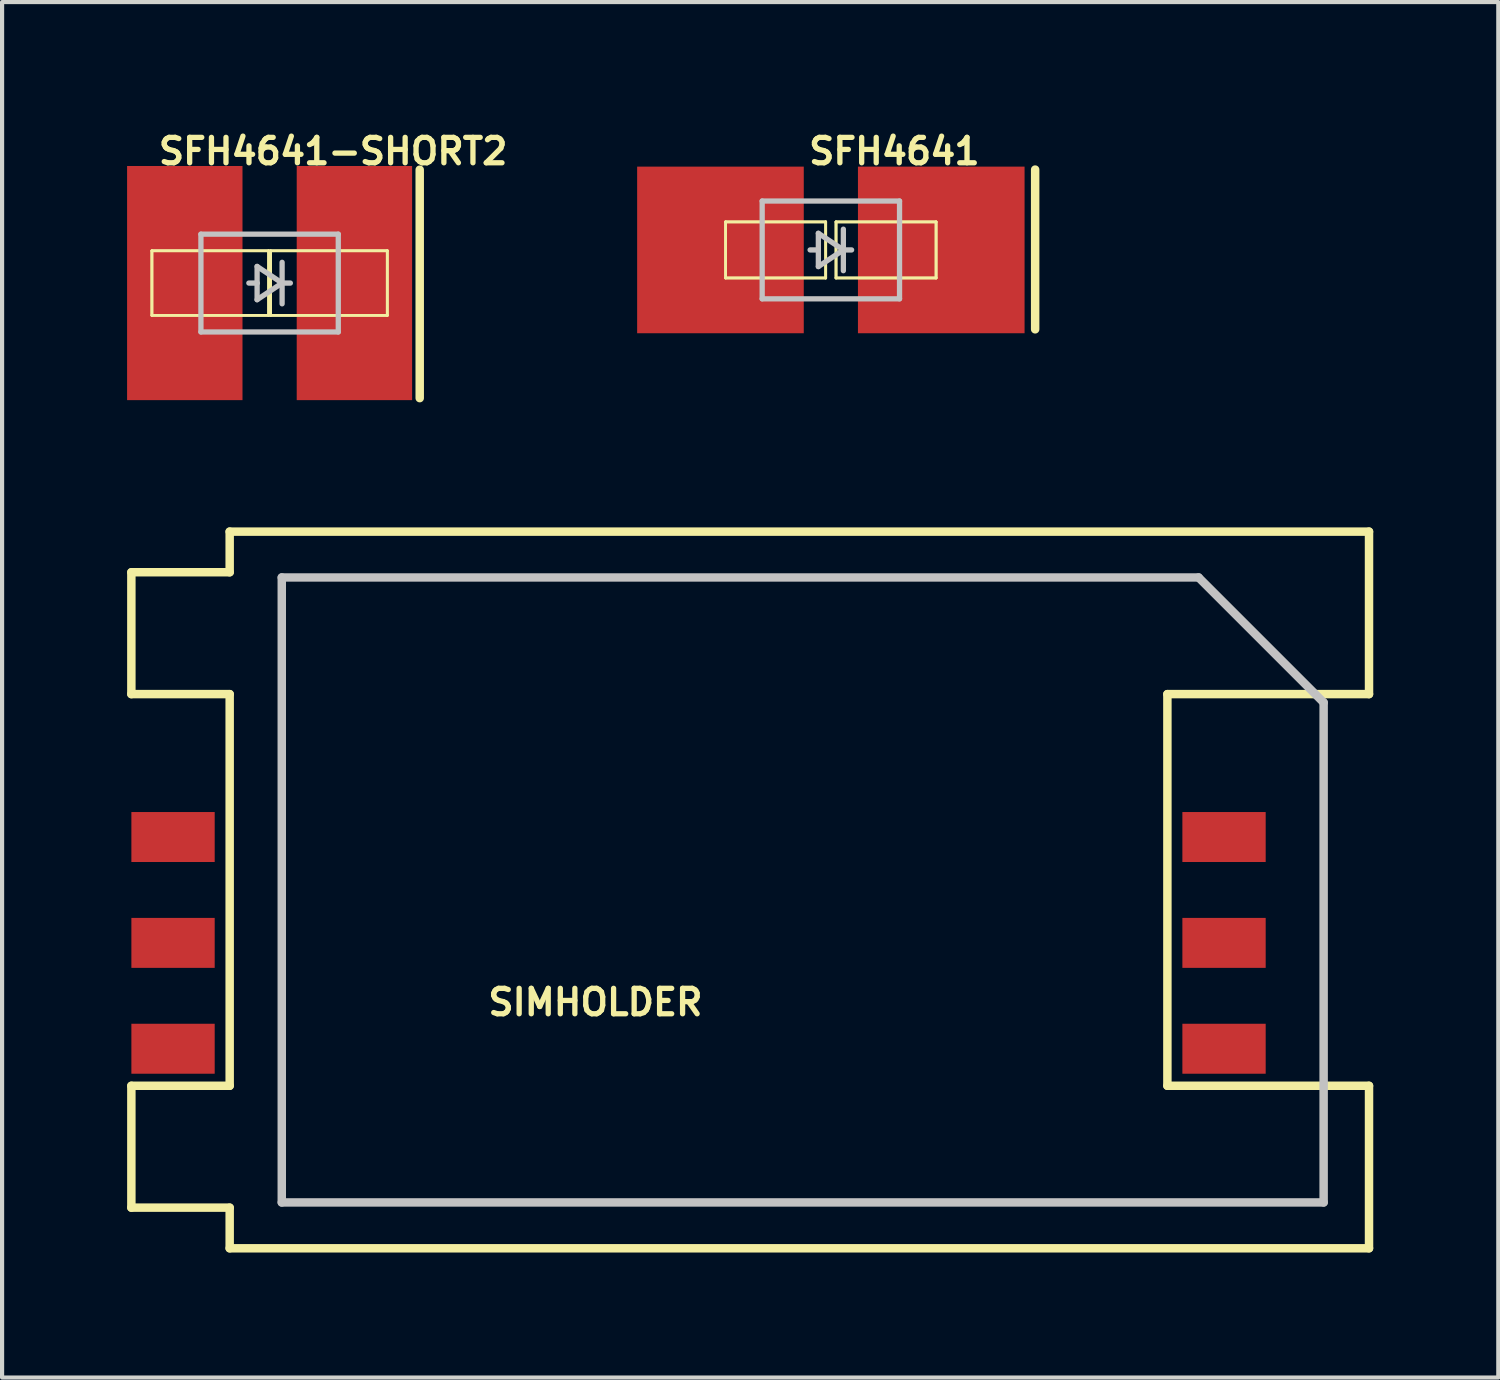
<source format=kicad_pcb>
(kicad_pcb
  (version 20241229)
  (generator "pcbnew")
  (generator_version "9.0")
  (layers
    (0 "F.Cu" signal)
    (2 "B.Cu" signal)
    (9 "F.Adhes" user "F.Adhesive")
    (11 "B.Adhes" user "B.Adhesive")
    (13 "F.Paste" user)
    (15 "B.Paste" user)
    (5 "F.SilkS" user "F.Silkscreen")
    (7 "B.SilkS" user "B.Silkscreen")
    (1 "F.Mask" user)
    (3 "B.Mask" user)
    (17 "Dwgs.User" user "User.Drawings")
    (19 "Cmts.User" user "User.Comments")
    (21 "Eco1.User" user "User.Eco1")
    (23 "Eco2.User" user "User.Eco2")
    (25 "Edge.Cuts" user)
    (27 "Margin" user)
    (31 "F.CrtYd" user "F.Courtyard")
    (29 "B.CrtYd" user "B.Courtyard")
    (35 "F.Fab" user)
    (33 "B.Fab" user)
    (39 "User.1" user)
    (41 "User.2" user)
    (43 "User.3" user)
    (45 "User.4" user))
  (footprint "SFH4641-SHORT2"
    (layer "F.Cu")
    (at 3.419 3.742)
    (property "Reference" "SFH4641-SHORT2" (at 1.524 -3.162 0) (layer "F.SilkS") (effects (font (size 0.61 0.61) (thickness 0.127))))
    (attr smd)
    (fp_line (start -2.824 -0.775) (end -0.023 -0.775) (stroke (width 0.066) (type solid)) (layer "F.SilkS"))
    (fp_line (start -2.824 -0.775) (end -0.023 -0.775) (stroke (width 0.066) (type solid)) (layer "F.SilkS"))
    (fp_line (start -2.824 0.775) (end -2.824 -0.775) (stroke (width 0.066) (type solid)) (layer "F.SilkS"))
    (fp_line (start -2.824 0.775) (end -2.824 -0.775) (stroke (width 0.066) (type solid)) (layer "F.SilkS"))
    (fp_line (start -2.824 0.775) (end -0.023 0.775) (stroke (width 0.066) (type solid)) (layer "F.SilkS"))
    (fp_line (start -2.824 0.775) (end -0.023 0.775) (stroke (width 0.066) (type solid)) (layer "F.SilkS"))
    (fp_line (start -0.023 0.775) (end -0.023 -0.775) (stroke (width 0.066) (type solid)) (layer "F.SilkS"))
    (fp_line (start -0.023 0.775) (end -0.023 -0.775) (stroke (width 0.066) (type solid)) (layer "F.SilkS"))
    (fp_line (start 0.023 -0.775) (end 2.824 -0.775) (stroke (width 0.066) (type solid)) (layer "F.SilkS"))
    (fp_line (start 0.023 -0.775) (end 2.824 -0.775) (stroke (width 0.066) (type solid)) (layer "F.SilkS"))
    (fp_line (start 0.023 0.775) (end 0.023 -0.775) (stroke (width 0.066) (type solid)) (layer "F.SilkS"))
    (fp_line (start 0.023 0.775) (end 0.023 -0.775) (stroke (width 0.066) (type solid)) (layer "F.SilkS"))
    (fp_line (start 0.023 0.775) (end 2.824 0.775) (stroke (width 0.066) (type solid)) (layer "F.SilkS"))
    (fp_line (start 0.023 0.775) (end 2.824 0.775) (stroke (width 0.066) (type solid)) (layer "F.SilkS"))
    (fp_line (start 2.824 0.775) (end 2.824 -0.775) (stroke (width 0.066) (type solid)) (layer "F.SilkS"))
    (fp_line (start 2.824 0.775) (end 2.824 -0.775) (stroke (width 0.066) (type solid)) (layer "F.SilkS"))
    (fp_line (start 3.602 -2.72) (end 3.602 2.761) (stroke (width 0.203) (type solid)) (layer "F.SilkS"))
    (fp_line (start -1.648 -1.173) (end -1.648 1.173) (stroke (width 0.127) (type solid)) (layer "Dwgs.User"))
    (fp_line (start -1.648 1.173) (end 1.648 1.173) (stroke (width 0.127) (type solid)) (layer "Dwgs.User"))
    (fp_line (start -0.3 -0.399) (end -0.3 0) (stroke (width 0.127) (type solid)) (layer "Dwgs.User"))
    (fp_line (start -0.3 0) (end -0.498 0) (stroke (width 0.127) (type solid)) (layer "Dwgs.User"))
    (fp_line (start -0.3 0) (end -0.3 0.399) (stroke (width 0.127) (type solid)) (layer "Dwgs.User"))
    (fp_line (start -0.3 0.399) (end 0.3 0) (stroke (width 0.127) (type solid)) (layer "Dwgs.User"))
    (fp_line (start 0.3 -0.498) (end 0.3 0) (stroke (width 0.127) (type solid)) (layer "Dwgs.User"))
    (fp_line (start 0.3 0) (end -0.3 -0.399) (stroke (width 0.127) (type solid)) (layer "Dwgs.User"))
    (fp_line (start 0.3 0) (end 0.3 0.498) (stroke (width 0.127) (type solid)) (layer "Dwgs.User"))
    (fp_line (start 0.498 0) (end 0.3 0) (stroke (width 0.127) (type solid)) (layer "Dwgs.User"))
    (fp_line (start 1.648 -1.173) (end -1.648 -1.173) (stroke (width 0.127) (type solid)) (layer "Dwgs.User"))
    (fp_line (start 1.648 1.173) (end 1.648 -1.173) (stroke (width 0.127) (type solid)) (layer "Dwgs.User"))
    (pad "A" smd rect (at -2.035 0 90) (size 5.618 2.769) (layers "F.Cu" "F.Mask" "F.Paste"))
    (pad "C" smd rect (at 2.035 0 270) (size 5.618 2.769) (layers "F.Cu" "F.Mask" "F.Paste")))
  (footprint "SFH4641"
    (layer "F.Cu")
    (at 16.886 2.947)
    (property "Reference" "SFH4641" (at 1.524 -2.367 0) (layer "F.SilkS") (effects (font (size 0.61 0.61) (thickness 0.127))))
    (attr smd)
    (fp_line (start -2.525 -0.673) (end -0.124 -0.673) (stroke (width 0.066) (type solid)) (layer "F.SilkS"))
    (fp_line (start -2.525 -0.673) (end -0.124 -0.673) (stroke (width 0.066) (type solid)) (layer "F.SilkS"))
    (fp_line (start -2.525 0.673) (end -2.525 -0.673) (stroke (width 0.066) (type solid)) (layer "F.SilkS"))
    (fp_line (start -2.525 0.673) (end -2.525 -0.673) (stroke (width 0.066) (type solid)) (layer "F.SilkS"))
    (fp_line (start -2.525 0.673) (end -0.124 0.673) (stroke (width 0.066) (type solid)) (layer "F.SilkS"))
    (fp_line (start -2.525 0.673) (end -0.124 0.673) (stroke (width 0.066) (type solid)) (layer "F.SilkS"))
    (fp_line (start -0.124 0.673) (end -0.124 -0.673) (stroke (width 0.066) (type solid)) (layer "F.SilkS"))
    (fp_line (start -0.124 0.673) (end -0.124 -0.673) (stroke (width 0.066) (type solid)) (layer "F.SilkS"))
    (fp_line (start 0.124 -0.673) (end 2.525 -0.673) (stroke (width 0.066) (type solid)) (layer "F.SilkS"))
    (fp_line (start 0.124 -0.673) (end 2.525 -0.673) (stroke (width 0.066) (type solid)) (layer "F.SilkS"))
    (fp_line (start 0.124 0.673) (end 0.124 -0.673) (stroke (width 0.066) (type solid)) (layer "F.SilkS"))
    (fp_line (start 0.124 0.673) (end 0.124 -0.673) (stroke (width 0.066) (type solid)) (layer "F.SilkS"))
    (fp_line (start 0.124 0.673) (end 2.525 0.673) (stroke (width 0.066) (type solid)) (layer "F.SilkS"))
    (fp_line (start 0.124 0.673) (end 2.525 0.673) (stroke (width 0.066) (type solid)) (layer "F.SilkS"))
    (fp_line (start 2.525 0.673) (end 2.525 -0.673) (stroke (width 0.066) (type solid)) (layer "F.SilkS"))
    (fp_line (start 2.525 0.673) (end 2.525 -0.673) (stroke (width 0.066) (type solid)) (layer "F.SilkS"))
    (fp_line (start 4.902 -1.928) (end 4.902 1.905) (stroke (width 0.203) (type solid)) (layer "F.SilkS"))
    (fp_line (start -1.648 -1.173) (end -1.648 1.173) (stroke (width 0.127) (type solid)) (layer "Dwgs.User"))
    (fp_line (start -1.648 1.173) (end 1.648 1.173) (stroke (width 0.127) (type solid)) (layer "Dwgs.User"))
    (fp_line (start -0.3 -0.399) (end -0.3 0) (stroke (width 0.127) (type solid)) (layer "Dwgs.User"))
    (fp_line (start -0.3 0) (end -0.498 0) (stroke (width 0.127) (type solid)) (layer "Dwgs.User"))
    (fp_line (start -0.3 0) (end -0.3 0.399) (stroke (width 0.127) (type solid)) (layer "Dwgs.User"))
    (fp_line (start -0.3 0.399) (end 0.3 0) (stroke (width 0.127) (type solid)) (layer "Dwgs.User"))
    (fp_line (start 0.3 -0.498) (end 0.3 0) (stroke (width 0.127) (type solid)) (layer "Dwgs.User"))
    (fp_line (start 0.3 0) (end -0.3 -0.399) (stroke (width 0.127) (type solid)) (layer "Dwgs.User"))
    (fp_line (start 0.3 0) (end 0.3 0.498) (stroke (width 0.127) (type solid)) (layer "Dwgs.User"))
    (fp_line (start 0.498 0) (end 0.3 0) (stroke (width 0.127) (type solid)) (layer "Dwgs.User"))
    (fp_line (start 1.648 -1.173) (end -1.648 -1.173) (stroke (width 0.127) (type solid)) (layer "Dwgs.User"))
    (fp_line (start 1.648 1.173) (end 1.648 -1.173) (stroke (width 0.127) (type solid)) (layer "Dwgs.User"))
    (pad "A" smd rect (at -2.649 0 90) (size 3.998 3.998) (layers "F.Cu" "F.Mask" "F.Paste"))
    (pad "C" smd rect (at 2.649 0 270) (size 3.998 3.998) (layers "F.Cu" "F.Mask" "F.Paste")))
  (footprint "SIMHOLDER"
    (layer "F.Cu")
    (at 13.711 18.304)
    (property "Reference" "SIMHOLDER" (at -2.474 2.695 0) (layer "F.SilkS") (effects (font (size 0.61 0.61) (thickness 0.127))))
    (attr smd)
    (fp_line (start -13.609 -7.623) (end -13.609 -4.699) (stroke (width 0.203) (type solid)) (layer "F.SilkS"))
    (fp_line (start -13.609 -4.699) (end -11.25 -4.699) (stroke (width 0.203) (type solid)) (layer "F.SilkS"))
    (fp_line (start -13.609 7.623) (end -13.609 4.699) (stroke (width 0.203) (type solid)) (layer "F.SilkS"))
    (fp_line (start -13.609 7.623) (end -11.25 7.623) (stroke (width 0.203) (type solid)) (layer "F.SilkS"))
    (fp_line (start -11.25 -8.598) (end -11.25 -7.623) (stroke (width 0.203) (type solid)) (layer "F.SilkS"))
    (fp_line (start -11.25 -8.598) (end 16.088 -8.598) (stroke (width 0.203) (type solid)) (layer "F.SilkS"))
    (fp_line (start -11.25 -7.623) (end -13.609 -7.623) (stroke (width 0.203) (type solid)) (layer "F.SilkS"))
    (fp_line (start -11.25 4.699) (end -13.609 4.699) (stroke (width 0.203) (type solid)) (layer "F.SilkS"))
    (fp_line (start -11.25 4.699) (end -11.25 -4.699) (stroke (width 0.203) (type solid)) (layer "F.SilkS"))
    (fp_line (start -11.25 7.623) (end -11.25 8.598) (stroke (width 0.203) (type solid)) (layer "F.SilkS"))
    (fp_line (start 11.25 -4.699) (end 11.25 4.699) (stroke (width 0.203) (type solid)) (layer "F.SilkS"))
    (fp_line (start 11.25 4.699) (end 16.088 4.699) (stroke (width 0.203) (type solid)) (layer "F.SilkS"))
    (fp_line (start 16.088 -8.598) (end 16.088 -4.699) (stroke (width 0.203) (type solid)) (layer "F.SilkS"))
    (fp_line (start 16.088 -4.699) (end 11.25 -4.699) (stroke (width 0.203) (type solid)) (layer "F.SilkS"))
    (fp_line (start 16.088 4.699) (end 16.088 8.598) (stroke (width 0.203) (type solid)) (layer "F.SilkS"))
    (fp_line (start 16.088 8.598) (end -11.25 8.598) (stroke (width 0.203) (type solid)) (layer "F.SilkS"))
    (fp_line (start -10 -7.498) (end -10 7.498) (stroke (width 0.203) (type solid)) (layer "Dwgs.User"))
    (fp_line (start -10 -7.498) (end 11.999 -7.498) (stroke (width 0.203) (type solid)) (layer "Dwgs.User"))
    (fp_line (start 11.999 -7.498) (end 14.999 -4.498) (stroke (width 0.203) (type solid)) (layer "Dwgs.User"))
    (fp_line (start 14.999 -4.498) (end 14.999 7.498) (stroke (width 0.203) (type solid)) (layer "Dwgs.User"))
    (fp_line (start 14.999 7.498) (end -10 7.498) (stroke (width 0.203) (type solid)) (layer "Dwgs.User"))
    (pad "C1" smd rect (at -12.609 3.81 90) (size 1.199 1.999) (layers "F.Cu" "F.Mask" "F.Paste"))
    (pad "C2" smd rect (at -12.609 1.27 90) (size 1.199 1.999) (layers "F.Cu" "F.Mask" "F.Paste"))
    (pad "C3" smd rect (at -12.609 -1.27 90) (size 1.199 1.999) (layers "F.Cu" "F.Mask" "F.Paste"))
    (pad "C5" smd rect (at 12.609 3.81 90) (size 1.199 1.999) (layers "F.Cu" "F.Mask" "F.Paste"))
    (pad "C6" smd rect (at 12.609 1.27 90) (size 1.199 1.999) (layers "F.Cu" "F.Mask" "F.Paste"))
    (pad "C7" smd rect (at 12.609 -1.27 90) (size 1.199 1.999) (layers "F.Cu" "F.Mask" "F.Paste")))
  (gr_rect
    (start -3 -3)
    (end 32.901 30.003)
    (stroke (width 0.1) (type default))
    (fill no)
    (layer "Edge.Cuts")))
</source>
